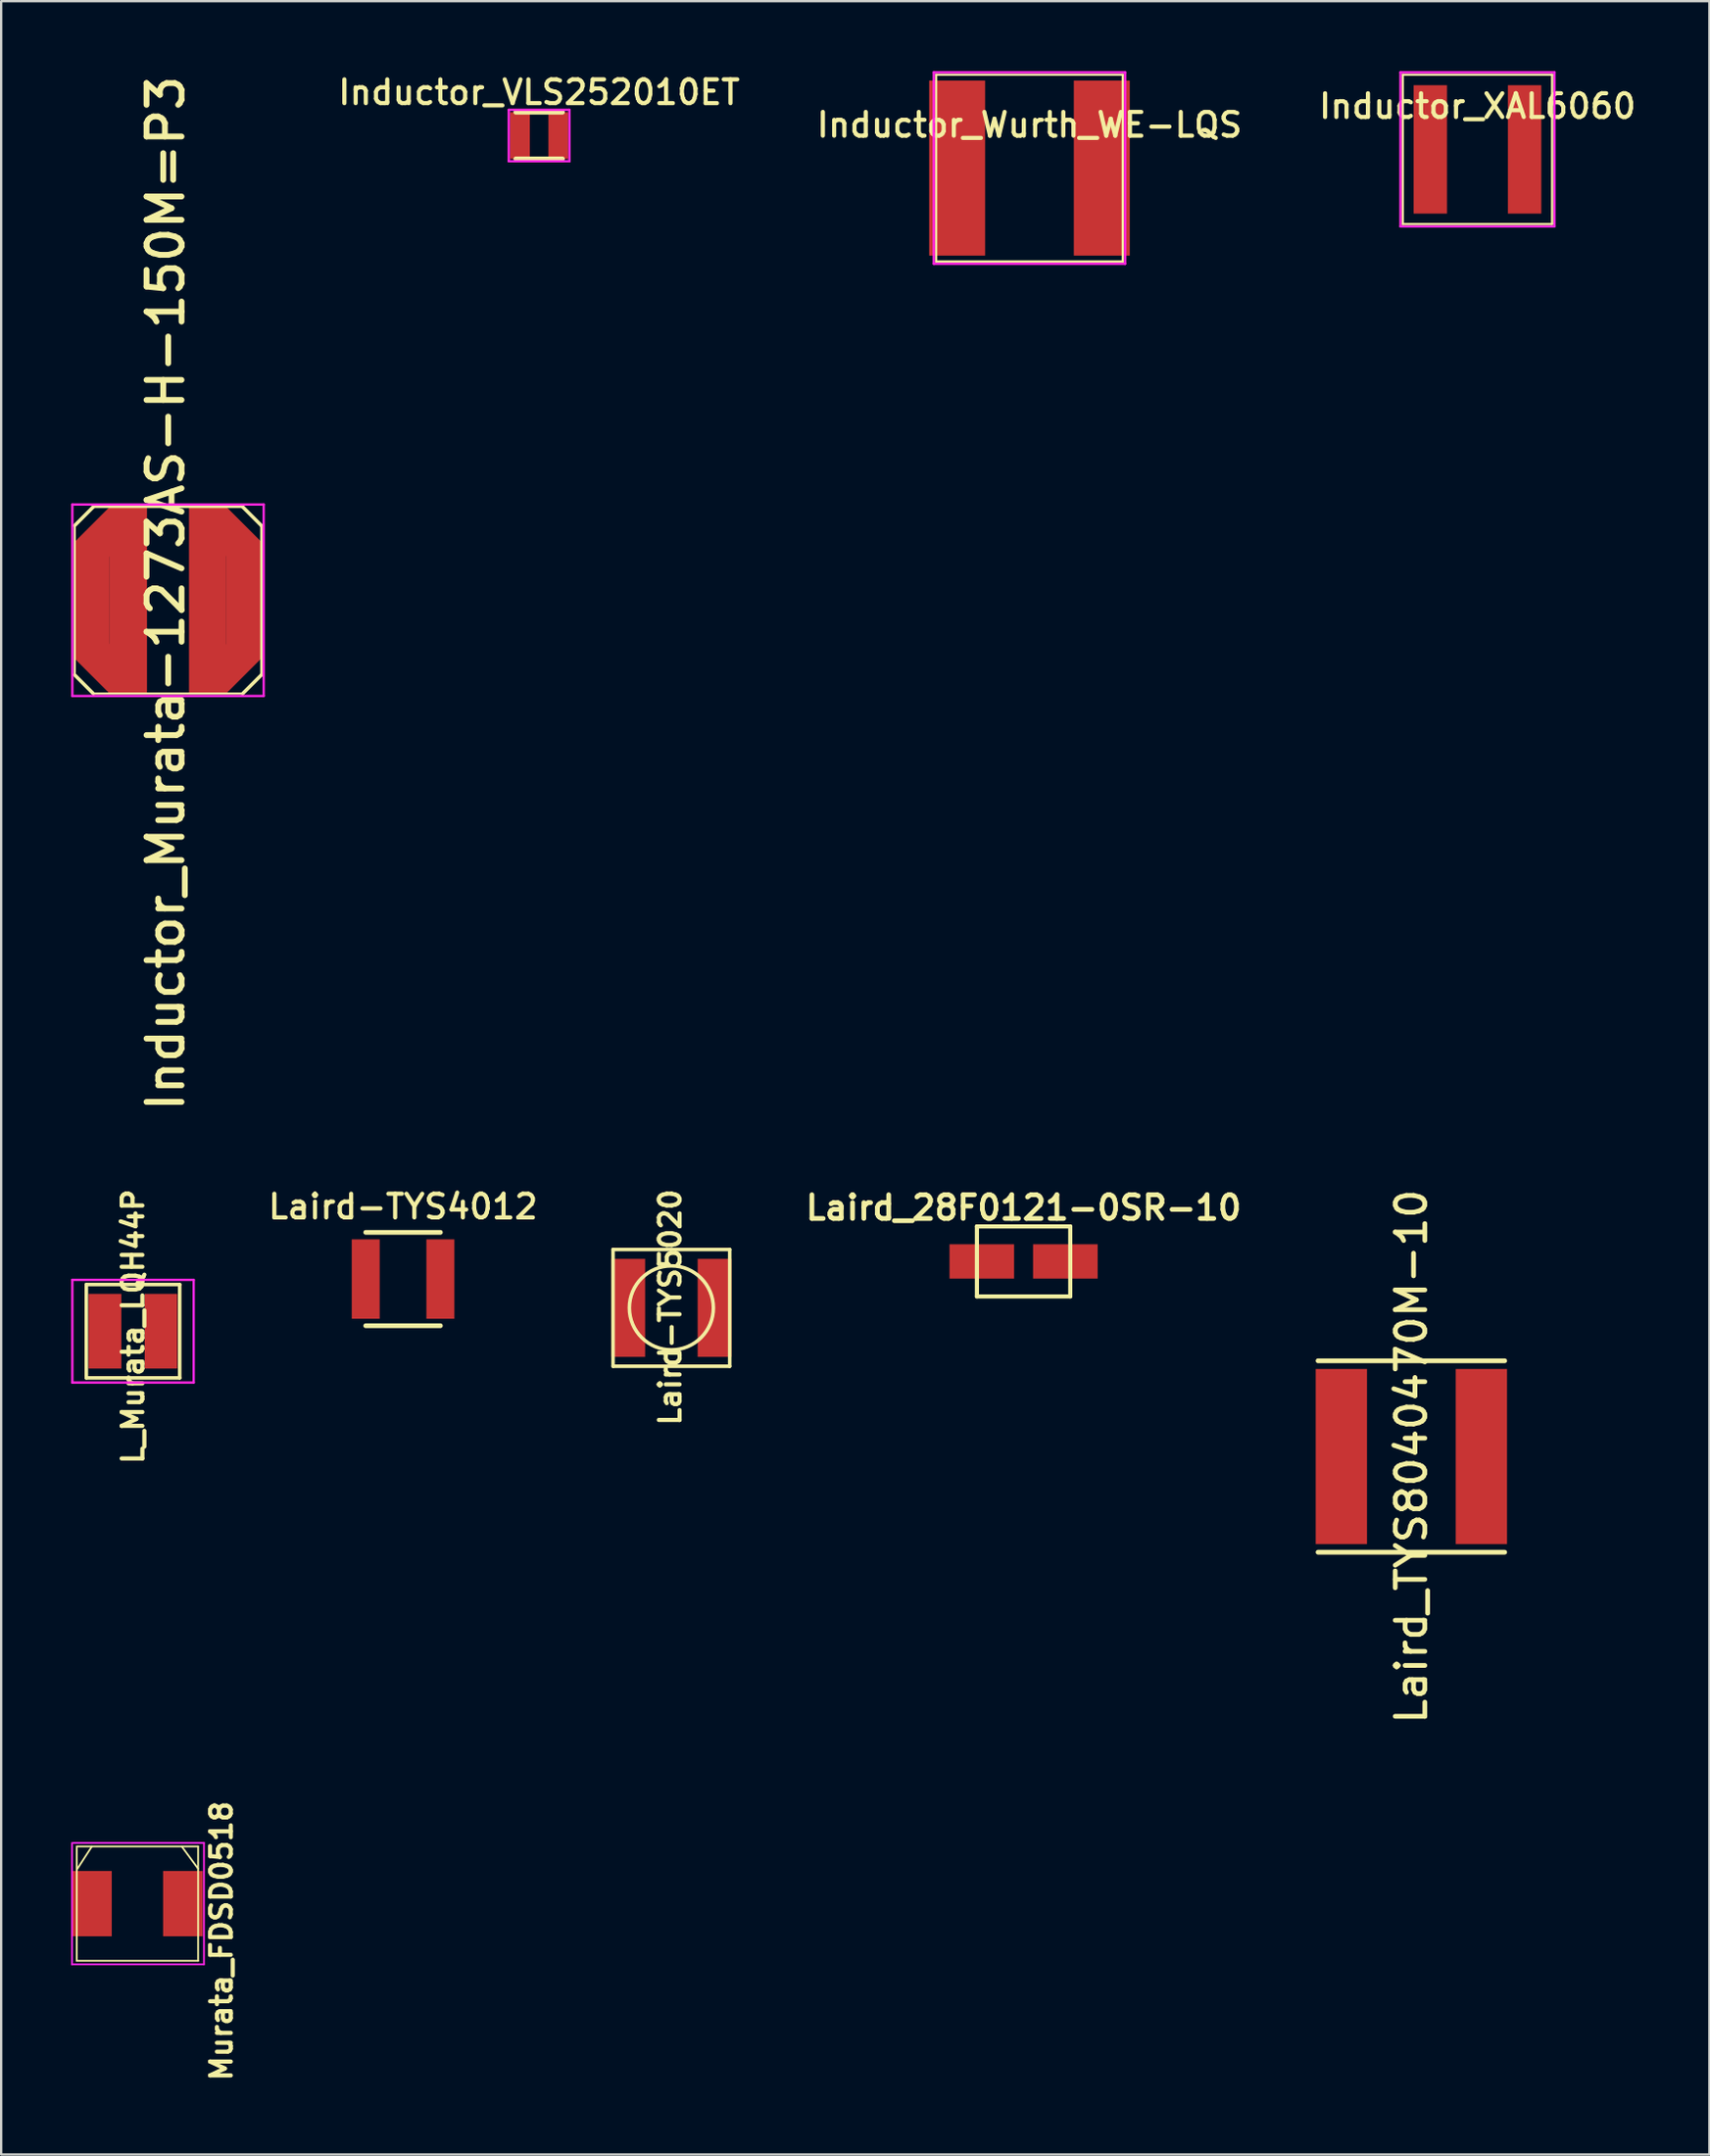
<source format=kicad_pcb>
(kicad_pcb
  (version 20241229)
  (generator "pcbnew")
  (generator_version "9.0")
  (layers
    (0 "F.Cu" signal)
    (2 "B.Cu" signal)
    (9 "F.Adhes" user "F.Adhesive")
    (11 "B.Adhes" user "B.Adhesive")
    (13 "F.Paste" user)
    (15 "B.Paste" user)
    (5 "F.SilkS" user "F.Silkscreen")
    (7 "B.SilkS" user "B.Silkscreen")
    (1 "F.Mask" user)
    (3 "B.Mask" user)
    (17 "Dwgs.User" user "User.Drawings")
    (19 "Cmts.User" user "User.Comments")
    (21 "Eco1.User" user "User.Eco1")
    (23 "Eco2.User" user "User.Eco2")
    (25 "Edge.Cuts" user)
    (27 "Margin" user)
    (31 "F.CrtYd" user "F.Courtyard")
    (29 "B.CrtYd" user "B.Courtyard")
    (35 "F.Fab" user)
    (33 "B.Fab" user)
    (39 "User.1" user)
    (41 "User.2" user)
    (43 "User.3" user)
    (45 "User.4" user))
  (footprint "Laird-TYS5020"
    (layer "F.Cu")
    (at 25.721 52.977)
    (property "Reference" "Laird-TYS5020" (at -0.051 -0.025 90) (layer "F.SilkS") (effects (font (size 0.889 0.889) (thickness 0.178))))
    (attr smd)
    (fp_line (start -2.5 -2.5) (end 2.5 -2.5) (stroke (width 0.152) (type solid)) (layer "F.SilkS"))
    (fp_line (start -2.5 2.5) (end -2.5 -2.5) (stroke (width 0.152) (type solid)) (layer "F.SilkS"))
    (fp_line (start 2.5 -2.5) (end 2.5 2.5) (stroke (width 0.152) (type solid)) (layer "F.SilkS"))
    (fp_line (start 2.5 2.5) (end -2.5 2.5) (stroke (width 0.152) (type solid)) (layer "F.SilkS"))
    (fp_circle (center 0 0) (end -1.8 0) (stroke (width 0.152) (type solid)) (fill no) (layer "F.SilkS"))
    (pad "1" smd rect (at -1.85 0) (size 1.45 4.2) (layers "F.Cu" "F.Mask" "F.Paste"))
    (pad "2" smd rect (at 1.85 0) (size 1.45 4.2) (layers "F.Cu" "F.Mask" "F.Paste")))
  (footprint "Inductor_Wurth_WE-LQS"
    (layer "F.Cu")
    (at 41.066 4.15)
    (property "Reference" "Inductor_Wurth_WE-LQS" (at 0 -1.85 0) (layer "F.SilkS") (effects (font (size 1.016 1.016) (thickness 0.178))))
    (attr smd)
    (fp_line (start -4 -4) (end -4 4) (stroke (width 0.1) (type solid)) (layer "F.SilkS"))
    (fp_line (start -4 4) (end 4 4) (stroke (width 0.1) (type solid)) (layer "F.SilkS"))
    (fp_line (start 4 -4) (end -4 -4) (stroke (width 0.1) (type solid)) (layer "F.SilkS"))
    (fp_line (start 4 4) (end 4 -4) (stroke (width 0.1) (type solid)) (layer "F.SilkS"))
    (fp_line (start -4.1 -4.1) (end 4.1 -4.1) (stroke (width 0.1) (type solid)) (layer "F.CrtYd"))
    (fp_line (start -4.1 4.1) (end -4.1 -4.1) (stroke (width 0.1) (type solid)) (layer "F.CrtYd"))
    (fp_line (start 4.1 -4.1) (end 4.1 4.1) (stroke (width 0.1) (type solid)) (layer "F.CrtYd"))
    (fp_line (start 4.1 4.1) (end -4.1 4.1) (stroke (width 0.1) (type solid)) (layer "F.CrtYd"))
    (pad "1" smd rect (at -3.1 0) (size 2.4 7.5) (layers "F.Cu" "F.Mask" "F.Paste"))
    (pad "2" smd rect (at 3.1 0) (size 2.4 7.5) (layers "F.Cu" "F.Mask" "F.Paste")))
  (footprint "L_Murata_LQH44P"
    (layer "F.Cu")
    (at 2.65 53.977)
    (property "Reference" "L_Murata_LQH44P" (at 0 -0.2 90) (layer "F.SilkS") (effects (font (size 0.889 0.889) (thickness 0.178))))
    (attr smd)
    (fp_line (start -2 -2) (end 2 -2) (stroke (width 0.152) (type solid)) (layer "F.SilkS"))
    (fp_line (start -2 2) (end -2 -2) (stroke (width 0.152) (type solid)) (layer "F.SilkS"))
    (fp_line (start 2 -2) (end 2 2) (stroke (width 0.152) (type solid)) (layer "F.SilkS"))
    (fp_line (start 2 2) (end -2 2) (stroke (width 0.152) (type solid)) (layer "F.SilkS"))
    (fp_line (start -2.6 -2.2) (end -2.6 2.2) (stroke (width 0.1) (type solid)) (layer "F.CrtYd"))
    (fp_line (start -2.6 2.2) (end 2.6 2.2) (stroke (width 0.1) (type solid)) (layer "F.CrtYd"))
    (fp_line (start 2.6 -2.2) (end -2.6 -2.2) (stroke (width 0.1) (type solid)) (layer "F.CrtYd"))
    (fp_line (start 2.6 2.2) (end 2.6 -2.2) (stroke (width 0.1) (type solid)) (layer "F.CrtYd"))
    (pad "1" smd rect (at -1.2 0) (size 1.4 3.2) (layers "F.Cu" "F.Mask" "F.Paste"))
    (pad "2" smd rect (at 1.2 0) (size 1.4 3.2) (layers "F.Cu" "F.Mask" "F.Paste")))
  (footprint "Inductor_VLS252010ET"
    (layer "F.Cu")
    (at 20.053 2.756)
    (property "Reference" "Inductor_VLS252010ET" (at 0 -1.85 0) (layer "F.SilkS") (effects (font (size 1.016 1.016) (thickness 0.178))))
    (attr smd)
    (fp_line (start -1 -1) (end 1 -1) (stroke (width 0.203) (type solid)) (layer "F.SilkS"))
    (fp_line (start -1 1) (end 1 1) (stroke (width 0.203) (type solid)) (layer "F.SilkS"))
    (fp_line (start -1.3 -1.1) (end 1.3 -1.1) (stroke (width 0.1) (type solid)) (layer "F.CrtYd"))
    (fp_line (start -1.3 1.1) (end -1.3 -1.1) (stroke (width 0.1) (type solid)) (layer "F.CrtYd"))
    (fp_line (start 1.3 -1.1) (end 1.3 1.1) (stroke (width 0.1) (type solid)) (layer "F.CrtYd"))
    (fp_line (start 1.3 1.1) (end -1.3 1.1) (stroke (width 0.1) (type solid)) (layer "F.CrtYd"))
    (pad "1" smd rect (at -0.825 0) (size 0.85 2) (layers "F.Cu" "F.Mask" "F.Paste"))
    (pad "2" smd rect (at 0.825 0) (size 0.85 2) (layers "F.Cu" "F.Mask" "F.Paste")))
  (footprint "Murata_FDSD0518"
    (layer "F.Cu")
    (at 2.838 78.498)
    (property "Reference" "Murata_FDSD0518" (at 3.6 1.6 90) (layer "F.SilkS") (effects (font (size 0.889 0.889) (thickness 0.178))))
    (attr smd)
    (fp_line (start -2.6 -2.45) (end 2.6 -2.45) (stroke (width 0.076) (type solid)) (layer "F.SilkS"))
    (fp_line (start -2.6 -1.45) (end -1.95 -2.45) (stroke (width 0.076) (type solid)) (layer "F.SilkS"))
    (fp_line (start -2.6 2.45) (end -2.6 -2.4) (stroke (width 0.076) (type solid)) (layer "F.SilkS"))
    (fp_line (start 2.6 -2.45) (end 2.6 2.45) (stroke (width 0.076) (type solid)) (layer "F.SilkS"))
    (fp_line (start 2.6 -1.5) (end 1.9 -2.45) (stroke (width 0.076) (type solid)) (layer "F.SilkS"))
    (fp_line (start 2.6 2.45) (end -2.6 2.45) (stroke (width 0.076) (type solid)) (layer "F.SilkS"))
    (fp_line (start -2.8 2.6) (end -2.8 -2.6) (stroke (width 0.076) (type solid)) (layer "F.CrtYd"))
    (fp_line (start -2.75 -2.6) (end 2.85 -2.6) (stroke (width 0.076) (type solid)) (layer "F.CrtYd"))
    (fp_line (start 2.85 -2.6) (end 2.85 2.6) (stroke (width 0.076) (type solid)) (layer "F.CrtYd"))
    (fp_line (start 2.85 2.6) (end -2.8 2.6) (stroke (width 0.076) (type solid)) (layer "F.CrtYd"))
    (pad "1" smd rect (at -1.95 0) (size 1.7 2.8) (layers "F.Cu" "F.Mask" "F.Paste"))
    (pad "2" smd rect (at 1.95 0) (size 1.7 2.8) (layers "F.Cu" "F.Mask" "F.Paste")))
  (footprint "Laird-TYS4012"
    (layer "F.Cu")
    (at 14.222 51.742)
    (property "Reference" "Laird-TYS4012" (at 0 -3.1 0) (layer "F.SilkS") (effects (font (size 1.016 1.016) (thickness 0.178))))
    (attr smd)
    (fp_line (start -1.6 -2) (end 1.6 -2) (stroke (width 0.203) (type solid)) (layer "F.SilkS"))
    (fp_line (start -1.6 2) (end 1.6 2) (stroke (width 0.203) (type solid)) (layer "F.SilkS"))
    (pad "1" smd rect (at -1.6 0 90) (size 3.4 1.2) (layers "F.Cu" "F.Mask" "F.Paste"))
    (pad "2" smd rect (at 1.6 0 90) (size 3.4 1.2) (layers "F.Cu" "F.Mask" "F.Paste")))
  (footprint "Laird_28F0121-0SR-10"
    (layer "F.Cu")
    (at 40.814 50.987)
    (property "Reference" "Laird_28F0121-0SR-10" (at 0 -2.3 0) (layer "F.SilkS") (effects (font (size 1.016 1.016) (thickness 0.203))))
    (attr through_hole)
    (fp_line (start -2 -1.5) (end -2 1.5) (stroke (width 0.178) (type solid)) (layer "F.SilkS"))
    (fp_line (start -2 1.5) (end 2 1.5) (stroke (width 0.178) (type solid)) (layer "F.SilkS"))
    (fp_line (start 2 -1.5) (end -2 -1.5) (stroke (width 0.178) (type solid)) (layer "F.SilkS"))
    (fp_line (start 2 1.5) (end 2 -1.5) (stroke (width 0.178) (type solid)) (layer "F.SilkS"))
    (pad "1" smd rect (at -1.79 0) (size 2.77 1.47) (layers "F.Cu" "F.Mask" "F.Paste"))
    (pad "2" smd rect (at 1.79 0) (size 2.77 1.47) (layers "F.Cu" "F.Mask" "F.Paste")))
  (footprint "Laird_TYS8040470M-10"
    (layer "F.Cu")
    (at 57.432 59.344)
    (property "Reference" "Laird_TYS8040470M-10" (at 0 0 90) (layer "F.SilkS") (effects (font (size 1.27 1.27) (thickness 0.203))))
    (attr smd)
    (fp_line (start -4 -4.1) (end 4 -4.1) (stroke (width 0.203) (type solid)) (layer "F.SilkS"))
    (fp_line (start -4 4.1) (end 4 4.1) (stroke (width 0.203) (type solid)) (layer "F.SilkS"))
    (pad "1" smd rect (at -3 0) (size 2.2 7.5) (layers "F.Cu" "F.Mask" "F.Paste"))
    (pad "2" smd rect (at 3 0) (size 2.2 7.5) (layers "F.Cu" "F.Mask" "F.Paste")))
  (footprint "Inductor_Murata-1273AS-H-150M=P3"
    (layer "F.Cu")
    (at 4.15 22.663)
    (property "Reference" "Inductor_Murata-1273AS-H-150M=P3" (at -0.102 -0.295 90) (layer "F.SilkS") (effects (font (size 1.5 1.5) (thickness 0.25))))
    (attr smd)
    (fp_line (start -4 -3.2) (end -4 3.2) (stroke (width 0.1) (type solid)) (layer "F.SilkS"))
    (fp_line (start -4 -3.2) (end -3.2 -4) (stroke (width 0.15) (type solid)) (layer "F.SilkS"))
    (fp_line (start -4 3.2) (end -3.2 4) (stroke (width 0.15) (type solid)) (layer "F.SilkS"))
    (fp_line (start -3.2 4) (end 3.2 4) (stroke (width 0.1) (type solid)) (layer "F.SilkS"))
    (fp_line (start 3.2 -4) (end -3.2 -4) (stroke (width 0.1) (type solid)) (layer "F.SilkS"))
    (fp_line (start 3.2 -4) (end 4 -3.2) (stroke (width 0.15) (type solid)) (layer "F.SilkS"))
    (fp_line (start 3.2 4) (end 4 3.2) (stroke (width 0.15) (type solid)) (layer "F.SilkS"))
    (fp_line (start 4 3.2) (end 4 -3.2) (stroke (width 0.1) (type solid)) (layer "F.SilkS"))
    (fp_line (start -4.1 -4.1) (end 4.1 -4.1) (stroke (width 0.1) (type solid)) (layer "F.CrtYd"))
    (fp_line (start -4.1 4.1) (end -4.1 -4.1) (stroke (width 0.1) (type solid)) (layer "F.CrtYd"))
    (fp_line (start 4.1 -4.1) (end 4.1 4.1) (stroke (width 0.1) (type solid)) (layer "F.CrtYd"))
    (fp_line (start 4.1 4.1) (end -4.1 4.1) (stroke (width 0.1) (type solid)) (layer "F.CrtYd"))
    (pad "1" smd rect (at -3.25 0) (size 1.5 5) (layers "F.Cu" "F.Mask" "F.Paste"))
    (pad "1" smd rect (at -2.72 -2.72 315) (size 1.5 2.114) (layers "F.Cu" "F.Mask" "F.Paste"))
    (pad "1" smd rect (at -2.72 2.72 45) (size 1.5 2.114) (layers "F.Cu" "F.Mask" "F.Paste"))
    (pad "1" smd rect (at -1.7 0) (size 1.6 8) (layers "F.Cu" "F.Mask" "F.Paste"))
    (pad "2" smd rect (at 1.7 0) (size 1.6 8) (layers "F.Cu" "F.Mask" "F.Paste"))
    (pad "2" smd rect (at 2.72 -2.72 45) (size 1.5 2.114) (layers "F.Cu" "F.Mask" "F.Paste"))
    (pad "2" smd rect (at 2.72 2.71 315) (size 1.5 2.114) (layers "F.Cu" "F.Mask" "F.Paste"))
    (pad "2" smd rect (at 3.25 0) (size 1.5 5) (layers "F.Cu" "F.Mask" "F.Paste")))
  (footprint "Inductor_XAL6060"
    (layer "F.Cu")
    (at 60.265 3.35)
    (property "Reference" "Inductor_XAL6060" (at 0 -1.85 0) (layer "F.SilkS") (effects (font (size 1.016 1.016) (thickness 0.178))))
    (attr smd)
    (fp_line (start -3.2 -3.2) (end -3.2 3.2) (stroke (width 0.1) (type solid)) (layer "F.SilkS"))
    (fp_line (start -3.2 3.2) (end 3.2 3.2) (stroke (width 0.1) (type solid)) (layer "F.SilkS"))
    (fp_line (start 3.2 -3.2) (end -3.2 -3.2) (stroke (width 0.1) (type solid)) (layer "F.SilkS"))
    (fp_line (start 3.2 3.2) (end 3.2 -3.2) (stroke (width 0.1) (type solid)) (layer "F.SilkS"))
    (fp_line (start -3.3 -3.3) (end 3.3 -3.3) (stroke (width 0.1) (type solid)) (layer "F.CrtYd"))
    (fp_line (start -3.3 3.3) (end -3.3 -3.3) (stroke (width 0.1) (type solid)) (layer "F.CrtYd"))
    (fp_line (start 3.3 -3.3) (end 3.3 3.3) (stroke (width 0.1) (type solid)) (layer "F.CrtYd"))
    (fp_line (start 3.3 3.3) (end -3.3 3.3) (stroke (width 0.1) (type solid)) (layer "F.CrtYd"))
    (pad "1" smd rect (at -2.02 0) (size 1.43 5.5) (layers "F.Cu" "F.Mask" "F.Paste"))
    (pad "2" smd rect (at 2.02 0) (size 1.43 5.5) (layers "F.Cu" "F.Mask" "F.Paste")))
  (gr_rect
    (start -3 -3)
    (end 70.204 89.245)
    (stroke (width 0.1) (type default))
    (fill no)
    (layer "Edge.Cuts")))
</source>
